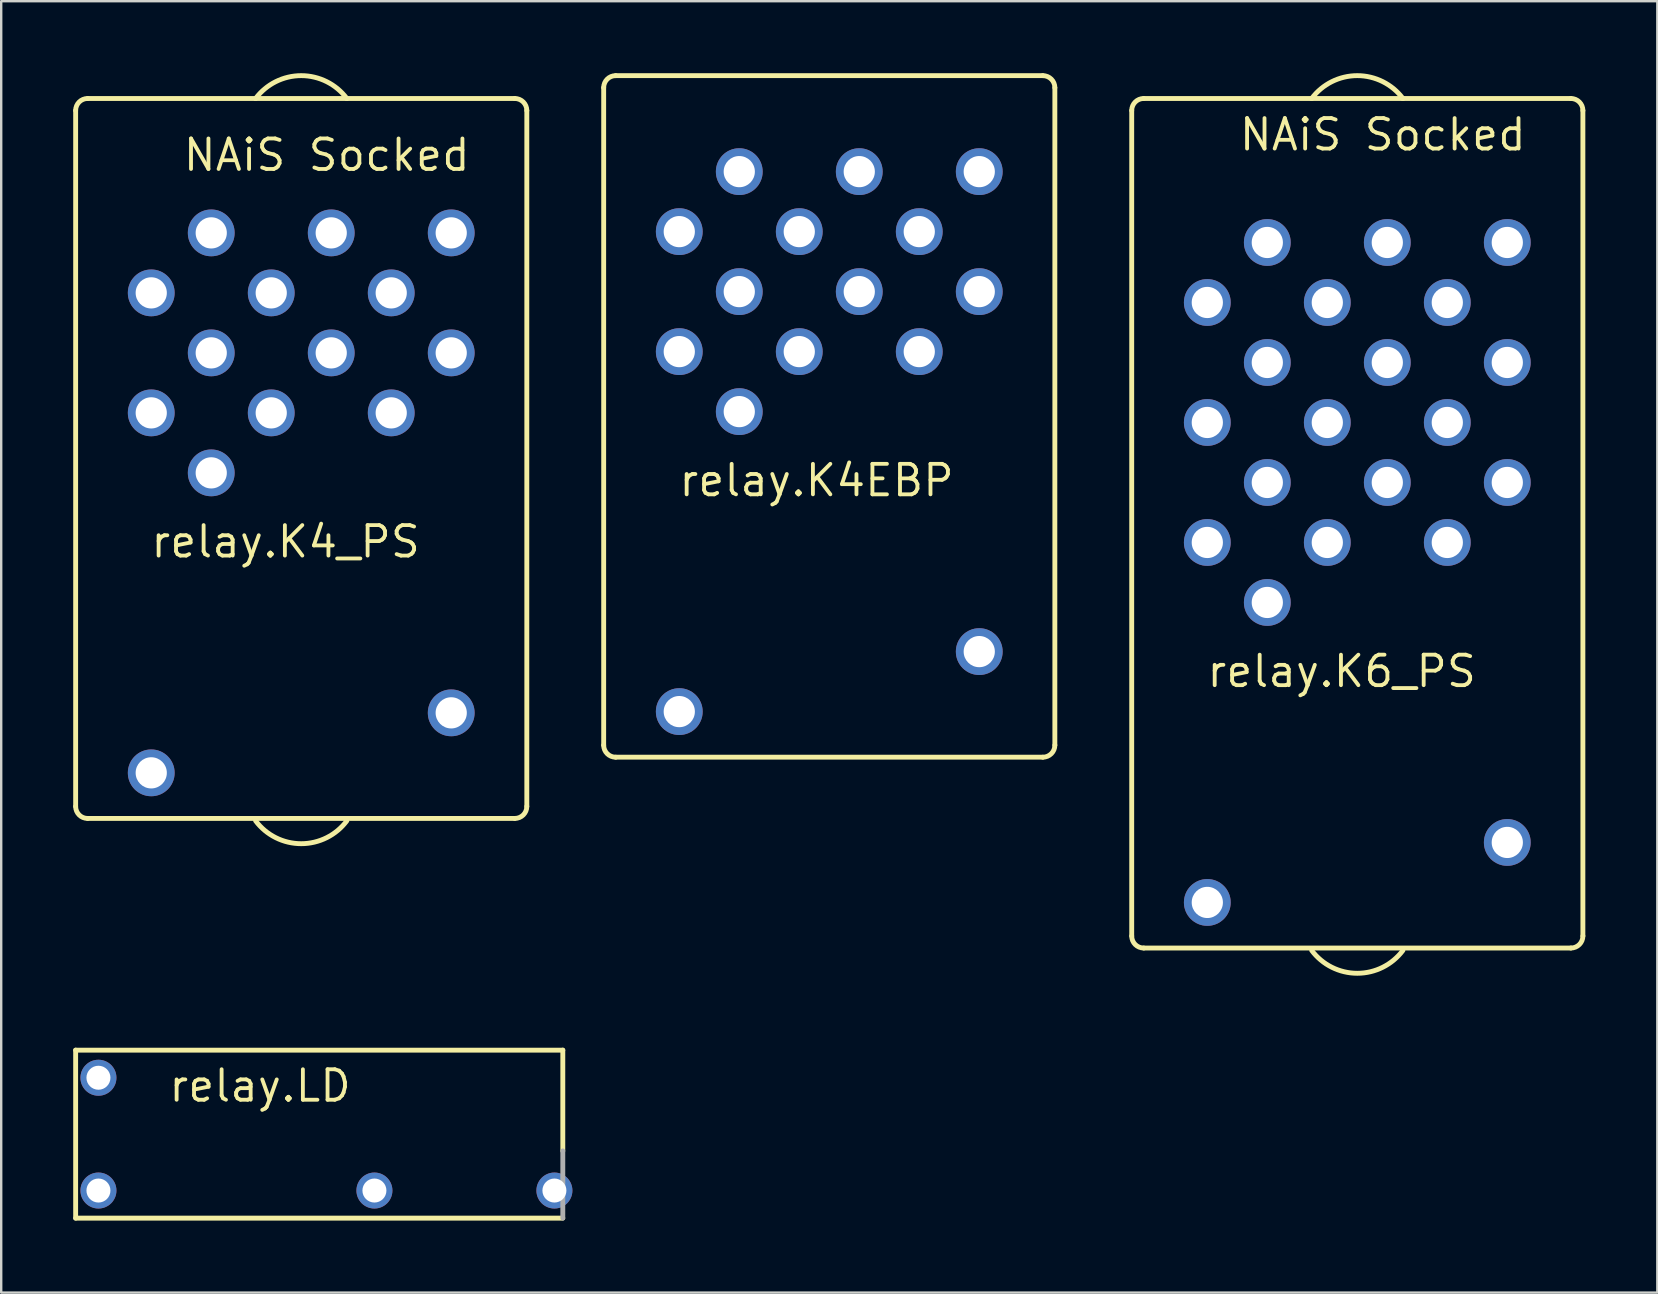
<source format=kicad_pcb>
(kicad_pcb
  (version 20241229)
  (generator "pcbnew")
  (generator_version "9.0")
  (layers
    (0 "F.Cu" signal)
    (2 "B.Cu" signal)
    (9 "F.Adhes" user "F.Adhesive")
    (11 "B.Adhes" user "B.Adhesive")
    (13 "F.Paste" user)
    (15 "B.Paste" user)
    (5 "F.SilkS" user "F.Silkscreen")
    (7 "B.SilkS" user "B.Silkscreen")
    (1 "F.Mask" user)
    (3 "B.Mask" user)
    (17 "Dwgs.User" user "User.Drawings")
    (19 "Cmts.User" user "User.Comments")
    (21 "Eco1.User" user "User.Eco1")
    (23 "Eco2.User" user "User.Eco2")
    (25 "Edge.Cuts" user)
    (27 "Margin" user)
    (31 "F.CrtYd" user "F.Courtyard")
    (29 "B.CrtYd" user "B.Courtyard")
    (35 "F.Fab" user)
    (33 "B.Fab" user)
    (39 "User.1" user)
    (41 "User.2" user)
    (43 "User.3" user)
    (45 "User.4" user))
  (footprint "relay.K6_PS"
    (layer "F.Cu")
    (at 53.508 25.804)
    (property "Reference" "relay.K6_PS" (at -6.35 -0.14 0) (layer "F.SilkS") (effects (font (size 1.27 1.27) (thickness 0.16)) (justify left bottom)))
    (attr through_hole)
    (fp_line (start -9.4 10.15) (end -9.4 -24.25) (stroke (width 0.203) (type default)) (layer "F.SilkS"))
    (fp_line (start -8.9 -24.75) (end -1.9 -24.75) (stroke (width 0.203) (type default)) (layer "F.SilkS"))
    (fp_line (start -1.9 -24.75) (end 1.9 -24.75) (stroke (width 0.203) (type default)) (layer "F.SilkS"))
    (fp_line (start 1.9 -24.75) (end 8.9 -24.75) (stroke (width 0.203) (type default)) (layer "F.SilkS"))
    (fp_line (start 8.9 10.65) (end -8.9 10.65) (stroke (width 0.203) (type default)) (layer "F.SilkS"))
    (fp_line (start 9.4 -24.25) (end 9.4 10.15) (stroke (width 0.203) (type default)) (layer "F.SilkS"))
    (fp_arc (start -9.4 -24.25) (mid -9.253553 -24.603553) (end -8.9 -24.75) (stroke (width 0.2032) (type default)) (layer "F.SilkS"))
    (fp_arc (start -8.9 10.65) (mid -9.253553 10.503553) (end -9.4 10.15) (stroke (width 0.2032) (type default)) (layer "F.SilkS"))
    (fp_arc (start -1.9 -24.75) (mid 0 -25.702124) (end 1.9 -24.75) (stroke (width 0.2032) (type default)) (layer "F.SilkS"))
    (fp_arc (start 1.9 10.75) (mid 0 11.702124) (end -1.9 10.75) (stroke (width 0.2032) (type default)) (layer "F.SilkS"))
    (fp_arc (start 8.9 -24.75) (mid 9.253553 -24.603553) (end 9.4 -24.25) (stroke (width 0.2032) (type default)) (layer "F.SilkS"))
    (fp_arc (start 9.4 10.15) (mid 9.253553 10.503553) (end 8.9 10.65) (stroke (width 0.2032) (type default)) (layer "F.SilkS"))
    (fp_text user "NAiS Socked" (at -5 -22.5 0) (layer "F.SilkS") (effects (font (size 1.27 1.27) (thickness 0.16)) (justify left bottom)))
    (pad "1" thru_hole circle (at 6.25 6.25 180) (size 1.95 1.95) (drill 1.3) (layers "*.Cu" "*.Mask"))
    (pad "2" thru_hole circle (at -6.25 8.75 180) (size 1.95 1.95) (drill 1.3) (layers "*.Cu" "*.Mask"))
    (pad "C1" thru_hole circle (at 1.25 -18.75 180) (size 1.95 1.95) (drill 1.3) (layers "*.Cu" "*.Mask"))
    (pad "C2" thru_hole circle (at -1.25 -16.25 180) (size 1.95 1.95) (drill 1.3) (layers "*.Cu" "*.Mask"))
    (pad "C3" thru_hole circle (at 1.25 -13.75 180) (size 1.95 1.95) (drill 1.3) (layers "*.Cu" "*.Mask"))
    (pad "C4" thru_hole circle (at -1.25 -11.25 180) (size 1.95 1.95) (drill 1.3) (layers "*.Cu" "*.Mask"))
    (pad "C5" thru_hole circle (at -1.25 -6.25 180) (size 1.95 1.95) (drill 1.3) (layers "*.Cu" "*.Mask"))
    (pad "C6" thru_hole circle (at 1.25 -8.75 180) (size 1.95 1.95) (drill 1.3) (layers "*.Cu" "*.Mask"))
    (pad "G" thru_hole circle (at -3.75 -3.75 180) (size 1.95 1.95) (drill 1.3) (layers "*.Cu" "*.Mask"))
    (pad "NC1" thru_hole circle (at 3.75 -16.25 180) (size 1.95 1.95) (drill 1.3) (layers "*.Cu" "*.Mask"))
    (pad "NC2" thru_hole circle (at -6.25 -16.25 180) (size 1.95 1.95) (drill 1.3) (layers "*.Cu" "*.Mask"))
    (pad "NC3" thru_hole circle (at 3.75 -11.25 180) (size 1.95 1.95) (drill 1.3) (layers "*.Cu" "*.Mask"))
    (pad "NC4" thru_hole circle (at -6.25 -11.25 180) (size 1.95 1.95) (drill 1.3) (layers "*.Cu" "*.Mask"))
    (pad "NC5" thru_hole circle (at -6.25 -6.25 180) (size 1.95 1.95) (drill 1.3) (layers "*.Cu" "*.Mask"))
    (pad "NC6" thru_hole circle (at 3.75 -6.25 180) (size 1.95 1.95) (drill 1.3) (layers "*.Cu" "*.Mask"))
    (pad "NO1" thru_hole circle (at 6.25 -18.75 180) (size 1.95 1.95) (drill 1.3) (layers "*.Cu" "*.Mask"))
    (pad "NO2" thru_hole circle (at -3.75 -18.75 180) (size 1.95 1.95) (drill 1.3) (layers "*.Cu" "*.Mask"))
    (pad "NO3" thru_hole circle (at 6.25 -13.75 180) (size 1.95 1.95) (drill 1.3) (layers "*.Cu" "*.Mask"))
    (pad "NO4" thru_hole circle (at -3.75 -13.75 180) (size 1.95 1.95) (drill 1.3) (layers "*.Cu" "*.Mask"))
    (pad "NO5" thru_hole circle (at 6.25 -8.75 180) (size 1.95 1.95) (drill 1.3) (layers "*.Cu" "*.Mask"))
    (pad "NO6" thru_hole circle (at -3.75 -8.75 180) (size 1.95 1.95) (drill 1.3) (layers "*.Cu" "*.Mask")))
  (footprint "relay.K4EBP"
    (layer "F.Cu")
    (at 31.505 17.852)
    (property "Reference" "relay.K4EBP" (at -6.35 -0.14 0) (layer "F.SilkS") (effects (font (size 1.27 1.27) (thickness 0.16)) (justify left bottom)))
    (attr through_hole)
    (fp_line (start -9.4 10.15) (end -9.4 -17.25) (stroke (width 0.203) (type default)) (layer "F.SilkS"))
    (fp_line (start -8.9 -17.75) (end 8.9 -17.75) (stroke (width 0.203) (type default)) (layer "F.SilkS"))
    (fp_line (start 8.9 10.65) (end -8.9 10.65) (stroke (width 0.203) (type default)) (layer "F.SilkS"))
    (fp_line (start 9.4 -17.25) (end 9.4 10.15) (stroke (width 0.203) (type default)) (layer "F.SilkS"))
    (fp_arc (start -9.4 -17.25) (mid -9.253553 -17.603553) (end -8.9 -17.75) (stroke (width 0.2032) (type default)) (layer "F.SilkS"))
    (fp_arc (start -8.9 10.65) (mid -9.253553 10.503553) (end -9.4 10.15) (stroke (width 0.2032) (type default)) (layer "F.SilkS"))
    (fp_arc (start 8.9 -17.75) (mid 9.253553 -17.603553) (end 9.4 -17.25) (stroke (width 0.2032) (type default)) (layer "F.SilkS"))
    (fp_arc (start 9.4 10.15) (mid 9.253553 10.503553) (end 8.9 10.65) (stroke (width 0.2032) (type default)) (layer "F.SilkS"))
    (pad "1" thru_hole circle (at 6.25 6.25 180) (size 1.95 1.95) (drill 1.3) (layers "*.Cu" "*.Mask"))
    (pad "2" thru_hole circle (at -6.25 8.75 180) (size 1.95 1.95) (drill 1.3) (layers "*.Cu" "*.Mask"))
    (pad "C1" thru_hole circle (at 1.25 -13.75 180) (size 1.95 1.95) (drill 1.3) (layers "*.Cu" "*.Mask"))
    (pad "C2" thru_hole circle (at -1.25 -11.25 180) (size 1.95 1.95) (drill 1.3) (layers "*.Cu" "*.Mask"))
    (pad "C3" thru_hole circle (at 1.25 -8.75 180) (size 1.95 1.95) (drill 1.3) (layers "*.Cu" "*.Mask"))
    (pad "C4" thru_hole circle (at -1.25 -6.25 180) (size 1.95 1.95) (drill 1.3) (layers "*.Cu" "*.Mask"))
    (pad "G" thru_hole circle (at -3.75 -3.75 180) (size 1.95 1.95) (drill 1.3) (layers "*.Cu" "*.Mask"))
    (pad "NC1" thru_hole circle (at 3.75 -11.25 180) (size 1.95 1.95) (drill 1.3) (layers "*.Cu" "*.Mask"))
    (pad "NC2" thru_hole circle (at -6.25 -11.25 180) (size 1.95 1.95) (drill 1.3) (layers "*.Cu" "*.Mask"))
    (pad "NC3" thru_hole circle (at 3.75 -6.25 180) (size 1.95 1.95) (drill 1.3) (layers "*.Cu" "*.Mask"))
    (pad "NC4" thru_hole circle (at -6.25 -6.25 180) (size 1.95 1.95) (drill 1.3) (layers "*.Cu" "*.Mask"))
    (pad "NO1" thru_hole circle (at 6.25 -13.75 180) (size 1.95 1.95) (drill 1.3) (layers "*.Cu" "*.Mask"))
    (pad "NO2" thru_hole circle (at -3.75 -13.75 180) (size 1.95 1.95) (drill 1.3) (layers "*.Cu" "*.Mask"))
    (pad "NO3" thru_hole circle (at 6.25 -8.75 180) (size 1.95 1.95) (drill 1.3) (layers "*.Cu" "*.Mask"))
    (pad "NO4" thru_hole circle (at -3.75 -8.75 180) (size 1.95 1.95) (drill 1.3) (layers "*.Cu" "*.Mask")))
  (footprint "relay.K4_PS"
    (layer "F.Cu")
    (at 9.502 20.404)
    (property "Reference" "relay.K4_PS" (at -6.35 -0.14 0) (layer "F.SilkS") (effects (font (size 1.27 1.27) (thickness 0.16)) (justify left bottom)))
    (attr through_hole)
    (fp_line (start -9.4 10.15) (end -9.4 -18.85) (stroke (width 0.203) (type default)) (layer "F.SilkS"))
    (fp_line (start -8.9 -19.35) (end -1.9 -19.35) (stroke (width 0.203) (type default)) (layer "F.SilkS"))
    (fp_line (start -1.9 -19.35) (end 1.9 -19.35) (stroke (width 0.203) (type default)) (layer "F.SilkS"))
    (fp_line (start 1.9 -19.35) (end 8.9 -19.35) (stroke (width 0.203) (type default)) (layer "F.SilkS"))
    (fp_line (start 8.9 10.65) (end -8.9 10.65) (stroke (width 0.203) (type default)) (layer "F.SilkS"))
    (fp_line (start 9.4 -18.85) (end 9.4 10.15) (stroke (width 0.203) (type default)) (layer "F.SilkS"))
    (fp_arc (start -9.4 -18.85) (mid -9.253553 -19.203553) (end -8.9 -19.35) (stroke (width 0.2032) (type default)) (layer "F.SilkS"))
    (fp_arc (start -8.9 10.65) (mid -9.253553 10.503553) (end -9.4 10.15) (stroke (width 0.2032) (type default)) (layer "F.SilkS"))
    (fp_arc (start -1.9 -19.35) (mid 0 -20.302124) (end 1.9 -19.35) (stroke (width 0.2032) (type default)) (layer "F.SilkS"))
    (fp_arc (start 1.9 10.75) (mid 0 11.702124) (end -1.9 10.75) (stroke (width 0.2032) (type default)) (layer "F.SilkS"))
    (fp_arc (start 8.9 -19.35) (mid 9.253553 -19.203553) (end 9.4 -18.85) (stroke (width 0.2032) (type default)) (layer "F.SilkS"))
    (fp_arc (start 9.4 10.15) (mid 9.253553 10.503553) (end 8.9 10.65) (stroke (width 0.2032) (type default)) (layer "F.SilkS"))
    (fp_text user "NAiS Socked" (at -5 -16.25 0) (layer "F.SilkS") (effects (font (size 1.27 1.27) (thickness 0.16)) (justify left bottom)))
    (pad "1" thru_hole circle (at 6.25 6.25 180) (size 1.95 1.95) (drill 1.3) (layers "*.Cu" "*.Mask"))
    (pad "2" thru_hole circle (at -6.25 8.75 180) (size 1.95 1.95) (drill 1.3) (layers "*.Cu" "*.Mask"))
    (pad "C1" thru_hole circle (at 1.25 -13.75 180) (size 1.95 1.95) (drill 1.3) (layers "*.Cu" "*.Mask"))
    (pad "C2" thru_hole circle (at -1.25 -11.25 180) (size 1.95 1.95) (drill 1.3) (layers "*.Cu" "*.Mask"))
    (pad "C3" thru_hole circle (at 1.25 -8.75 180) (size 1.95 1.95) (drill 1.3) (layers "*.Cu" "*.Mask"))
    (pad "C4" thru_hole circle (at -1.25 -6.25 180) (size 1.95 1.95) (drill 1.3) (layers "*.Cu" "*.Mask"))
    (pad "G" thru_hole circle (at -3.75 -3.75 180) (size 1.95 1.95) (drill 1.3) (layers "*.Cu" "*.Mask"))
    (pad "NC1" thru_hole circle (at 3.75 -11.25 180) (size 1.95 1.95) (drill 1.3) (layers "*.Cu" "*.Mask"))
    (pad "NC2" thru_hole circle (at -6.25 -11.25 180) (size 1.95 1.95) (drill 1.3) (layers "*.Cu" "*.Mask"))
    (pad "NC3" thru_hole circle (at 3.75 -6.25 180) (size 1.95 1.95) (drill 1.3) (layers "*.Cu" "*.Mask"))
    (pad "NC4" thru_hole circle (at -6.25 -6.25 180) (size 1.95 1.95) (drill 1.3) (layers "*.Cu" "*.Mask"))
    (pad "NO1" thru_hole circle (at 6.25 -13.75 180) (size 1.95 1.95) (drill 1.3) (layers "*.Cu" "*.Mask"))
    (pad "NO2" thru_hole circle (at -3.75 -13.75 180) (size 1.95 1.95) (drill 1.3) (layers "*.Cu" "*.Mask"))
    (pad "NO3" thru_hole circle (at 6.25 -8.75 180) (size 1.95 1.95) (drill 1.3) (layers "*.Cu" "*.Mask"))
    (pad "NO4" thru_hole circle (at -3.75 -8.75 180) (size 1.95 1.95) (drill 1.3) (layers "*.Cu" "*.Mask")))
  (footprint "relay.LD"
    (layer "F.Cu")
    (at 10.252 44.209)
    (property "Reference" "relay.LD" (at -6.35 -1.27 0) (layer "F.SilkS") (effects (font (size 1.27 1.27) (thickness 0.16)) (justify left bottom)))
    (attr through_hole)
    (fp_line (start -10.15 -3.5) (end 10.15 -3.5) (stroke (width 0.203) (type default)) (layer "F.SilkS"))
    (fp_line (start -10.15 3.5) (end -10.15 -3.5) (stroke (width 0.203) (type default)) (layer "F.SilkS"))
    (fp_line (start 10.15 -3.5) (end 10.15 0.7) (stroke (width 0.203) (type default)) (layer "F.SilkS"))
    (fp_line (start 10.15 3.5) (end -10.15 3.5) (stroke (width 0.203) (type default)) (layer "F.SilkS"))
    (fp_line (start 10.15 0.7) (end 10.15 3.5) (stroke (width 0.203) (type default)) (layer "F.Fab"))
    (pad "1" thru_hole circle (at -9.2 -2.35) (size 1.5 1.5) (drill 1) (layers "*.Cu" "*.Mask"))
    (pad "2" thru_hole circle (at -9.2 2.35) (size 1.5 1.5) (drill 1) (layers "*.Cu" "*.Mask"))
    (pad "COM" thru_hole circle (at 2.3 2.35) (size 1.5 1.5) (drill 1) (layers "*.Cu" "*.Mask"))
    (pad "NO" thru_hole circle (at 9.8 2.35) (size 1.5 1.5) (drill 1) (layers "*.Cu" "*.Mask")))
  (gr_rect
    (start -3 -3)
    (end 66.01 50.811)
    (stroke (width 0.1) (type default))
    (fill no)
    (layer "Edge.Cuts")))
</source>
